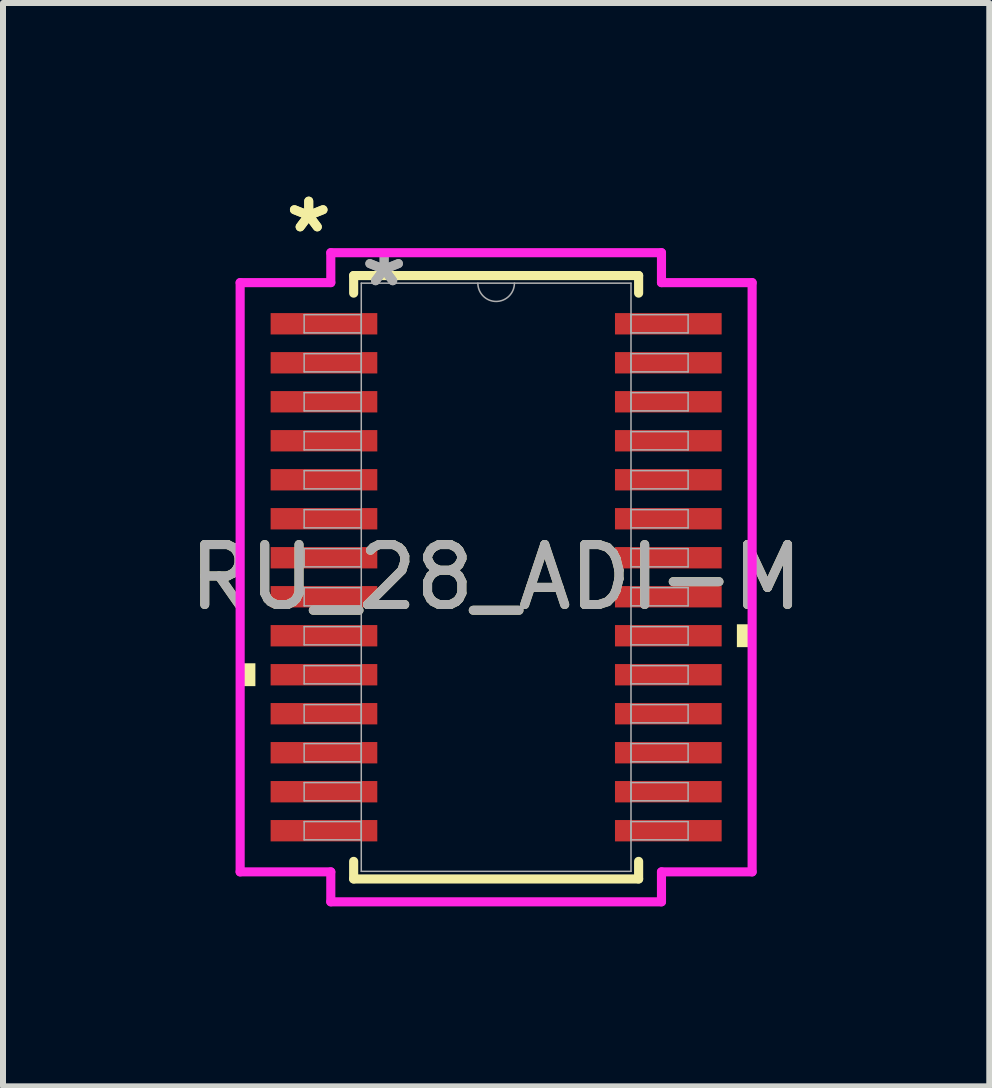
<source format=kicad_pcb>
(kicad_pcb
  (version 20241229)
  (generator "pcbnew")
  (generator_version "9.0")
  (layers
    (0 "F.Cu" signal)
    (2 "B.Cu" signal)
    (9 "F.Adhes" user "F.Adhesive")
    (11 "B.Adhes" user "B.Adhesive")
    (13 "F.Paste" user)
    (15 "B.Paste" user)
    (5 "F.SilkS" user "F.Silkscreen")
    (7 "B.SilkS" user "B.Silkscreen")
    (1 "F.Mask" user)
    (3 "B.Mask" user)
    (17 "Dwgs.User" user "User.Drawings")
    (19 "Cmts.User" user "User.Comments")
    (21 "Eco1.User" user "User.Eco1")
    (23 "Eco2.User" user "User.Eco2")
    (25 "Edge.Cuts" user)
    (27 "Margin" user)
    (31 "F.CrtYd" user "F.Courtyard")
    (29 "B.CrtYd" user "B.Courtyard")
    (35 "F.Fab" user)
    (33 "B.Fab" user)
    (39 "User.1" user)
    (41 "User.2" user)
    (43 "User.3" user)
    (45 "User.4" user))
  (footprint "RU_28_ADI-M"
    (layer "F.Cu")
    (at 5.22 6.572)
    (property "Reference" "RU_28_ADI-M" (at 0 0 0) (unlocked yes) (layer "F.SilkS") (effects (font (size 1 1) (thickness 0.15))))
    (attr smd)
    (fp_line (start -2.375 -5.029) (end -2.375 -4.736) (stroke (width 0.152) (type solid)) (layer "F.SilkS"))
    (fp_line (start -2.375 4.736) (end -2.375 5.029) (stroke (width 0.152) (type solid)) (layer "F.SilkS"))
    (fp_line (start -2.375 5.029) (end 2.375 5.029) (stroke (width 0.152) (type solid)) (layer "F.SilkS"))
    (fp_line (start 2.375 -5.029) (end -2.375 -5.029) (stroke (width 0.152) (type solid)) (layer "F.SilkS"))
    (fp_line (start 2.375 -4.736) (end 2.375 -5.029) (stroke (width 0.152) (type solid)) (layer "F.SilkS"))
    (fp_line (start 2.375 5.029) (end 2.375 4.736) (stroke (width 0.152) (type solid)) (layer "F.SilkS"))
    (fp_poly (pts (xy -4.267 1.434) (xy -4.267 1.815) (xy -4.013 1.815) (xy -4.013 1.434)) (stroke (width 0) (type solid)) (fill yes) (layer "F.SilkS"))
    (fp_poly (pts (xy 4.267 0.784) (xy 4.267 1.165) (xy 4.013 1.165) (xy 4.013 0.784)) (stroke (width 0) (type solid)) (fill yes) (layer "F.SilkS"))
    (fp_line (start -4.267 -4.911) (end -2.756 -4.911) (stroke (width 0.152) (type solid)) (layer "F.CrtYd"))
    (fp_line (start -4.267 4.911) (end -4.267 -4.911) (stroke (width 0.152) (type solid)) (layer "F.CrtYd"))
    (fp_line (start -4.267 4.911) (end -2.756 4.911) (stroke (width 0.152) (type solid)) (layer "F.CrtYd"))
    (fp_line (start -2.756 -5.41) (end 2.756 -5.41) (stroke (width 0.152) (type solid)) (layer "F.CrtYd"))
    (fp_line (start -2.756 -4.911) (end -2.756 -5.41) (stroke (width 0.152) (type solid)) (layer "F.CrtYd"))
    (fp_line (start -2.756 5.41) (end -2.756 4.911) (stroke (width 0.152) (type solid)) (layer "F.CrtYd"))
    (fp_line (start 2.756 -5.41) (end 2.756 -4.911) (stroke (width 0.152) (type solid)) (layer "F.CrtYd"))
    (fp_line (start 2.756 4.911) (end 2.756 5.41) (stroke (width 0.152) (type solid)) (layer "F.CrtYd"))
    (fp_line (start 2.756 5.41) (end -2.756 5.41) (stroke (width 0.152) (type solid)) (layer "F.CrtYd"))
    (fp_line (start 4.267 -4.911) (end 2.756 -4.911) (stroke (width 0.152) (type solid)) (layer "F.CrtYd"))
    (fp_line (start 4.267 -4.911) (end 4.267 4.911) (stroke (width 0.152) (type solid)) (layer "F.CrtYd"))
    (fp_line (start 4.267 4.911) (end 2.756 4.911) (stroke (width 0.152) (type solid)) (layer "F.CrtYd"))
    (fp_line (start -3.2 -4.377) (end -3.2 -4.073) (stroke (width 0.025) (type solid)) (layer "F.Fab"))
    (fp_line (start -3.2 -4.073) (end -2.248 -4.073) (stroke (width 0.025) (type solid)) (layer "F.Fab"))
    (fp_line (start -3.2 -3.727) (end -3.2 -3.423) (stroke (width 0.025) (type solid)) (layer "F.Fab"))
    (fp_line (start -3.2 -3.423) (end -2.248 -3.423) (stroke (width 0.025) (type solid)) (layer "F.Fab"))
    (fp_line (start -3.2 -3.077) (end -3.2 -2.773) (stroke (width 0.025) (type solid)) (layer "F.Fab"))
    (fp_line (start -3.2 -2.773) (end -2.248 -2.773) (stroke (width 0.025) (type solid)) (layer "F.Fab"))
    (fp_line (start -3.2 -2.427) (end -3.2 -2.123) (stroke (width 0.025) (type solid)) (layer "F.Fab"))
    (fp_line (start -3.2 -2.123) (end -2.248 -2.123) (stroke (width 0.025) (type solid)) (layer "F.Fab"))
    (fp_line (start -3.2 -1.777) (end -3.2 -1.473) (stroke (width 0.025) (type solid)) (layer "F.Fab"))
    (fp_line (start -3.2 -1.473) (end -2.248 -1.473) (stroke (width 0.025) (type solid)) (layer "F.Fab"))
    (fp_line (start -3.2 -1.127) (end -3.2 -0.823) (stroke (width 0.025) (type solid)) (layer "F.Fab"))
    (fp_line (start -3.2 -0.823) (end -2.248 -0.823) (stroke (width 0.025) (type solid)) (layer "F.Fab"))
    (fp_line (start -3.2 -0.477) (end -3.2 -0.173) (stroke (width 0.025) (type solid)) (layer "F.Fab"))
    (fp_line (start -3.2 -0.173) (end -2.248 -0.173) (stroke (width 0.025) (type solid)) (layer "F.Fab"))
    (fp_line (start -3.2 0.173) (end -3.2 0.477) (stroke (width 0.025) (type solid)) (layer "F.Fab"))
    (fp_line (start -3.2 0.477) (end -2.248 0.477) (stroke (width 0.025) (type solid)) (layer "F.Fab"))
    (fp_line (start -3.2 0.823) (end -3.2 1.127) (stroke (width 0.025) (type solid)) (layer "F.Fab"))
    (fp_line (start -3.2 1.127) (end -2.248 1.127) (stroke (width 0.025) (type solid)) (layer "F.Fab"))
    (fp_line (start -3.2 1.473) (end -3.2 1.777) (stroke (width 0.025) (type solid)) (layer "F.Fab"))
    (fp_line (start -3.2 1.777) (end -2.248 1.777) (stroke (width 0.025) (type solid)) (layer "F.Fab"))
    (fp_line (start -3.2 2.123) (end -3.2 2.427) (stroke (width 0.025) (type solid)) (layer "F.Fab"))
    (fp_line (start -3.2 2.427) (end -2.248 2.427) (stroke (width 0.025) (type solid)) (layer "F.Fab"))
    (fp_line (start -3.2 2.773) (end -3.2 3.077) (stroke (width 0.025) (type solid)) (layer "F.Fab"))
    (fp_line (start -3.2 3.077) (end -2.248 3.077) (stroke (width 0.025) (type solid)) (layer "F.Fab"))
    (fp_line (start -3.2 3.423) (end -3.2 3.727) (stroke (width 0.025) (type solid)) (layer "F.Fab"))
    (fp_line (start -3.2 3.727) (end -2.248 3.727) (stroke (width 0.025) (type solid)) (layer "F.Fab"))
    (fp_line (start -3.2 4.073) (end -3.2 4.377) (stroke (width 0.025) (type solid)) (layer "F.Fab"))
    (fp_line (start -3.2 4.377) (end -2.248 4.377) (stroke (width 0.025) (type solid)) (layer "F.Fab"))
    (fp_line (start -2.248 -4.902) (end -2.248 4.902) (stroke (width 0.025) (type solid)) (layer "F.Fab"))
    (fp_line (start -2.248 -4.377) (end -3.2 -4.377) (stroke (width 0.025) (type solid)) (layer "F.Fab"))
    (fp_line (start -2.248 -4.073) (end -2.248 -4.377) (stroke (width 0.025) (type solid)) (layer "F.Fab"))
    (fp_line (start -2.248 -3.727) (end -3.2 -3.727) (stroke (width 0.025) (type solid)) (layer "F.Fab"))
    (fp_line (start -2.248 -3.423) (end -2.248 -3.727) (stroke (width 0.025) (type solid)) (layer "F.Fab"))
    (fp_line (start -2.248 -3.077) (end -3.2 -3.077) (stroke (width 0.025) (type solid)) (layer "F.Fab"))
    (fp_line (start -2.248 -2.773) (end -2.248 -3.077) (stroke (width 0.025) (type solid)) (layer "F.Fab"))
    (fp_line (start -2.248 -2.427) (end -3.2 -2.427) (stroke (width 0.025) (type solid)) (layer "F.Fab"))
    (fp_line (start -2.248 -2.123) (end -2.248 -2.427) (stroke (width 0.025) (type solid)) (layer "F.Fab"))
    (fp_line (start -2.248 -1.777) (end -3.2 -1.777) (stroke (width 0.025) (type solid)) (layer "F.Fab"))
    (fp_line (start -2.248 -1.473) (end -2.248 -1.777) (stroke (width 0.025) (type solid)) (layer "F.Fab"))
    (fp_line (start -2.248 -1.127) (end -3.2 -1.127) (stroke (width 0.025) (type solid)) (layer "F.Fab"))
    (fp_line (start -2.248 -0.823) (end -2.248 -1.127) (stroke (width 0.025) (type solid)) (layer "F.Fab"))
    (fp_line (start -2.248 -0.477) (end -3.2 -0.477) (stroke (width 0.025) (type solid)) (layer "F.Fab"))
    (fp_line (start -2.248 -0.173) (end -2.248 -0.477) (stroke (width 0.025) (type solid)) (layer "F.Fab"))
    (fp_line (start -2.248 0.173) (end -3.2 0.173) (stroke (width 0.025) (type solid)) (layer "F.Fab"))
    (fp_line (start -2.248 0.477) (end -2.248 0.173) (stroke (width 0.025) (type solid)) (layer "F.Fab"))
    (fp_line (start -2.248 0.823) (end -3.2 0.823) (stroke (width 0.025) (type solid)) (layer "F.Fab"))
    (fp_line (start -2.248 1.127) (end -2.248 0.823) (stroke (width 0.025) (type solid)) (layer "F.Fab"))
    (fp_line (start -2.248 1.473) (end -3.2 1.473) (stroke (width 0.025) (type solid)) (layer "F.Fab"))
    (fp_line (start -2.248 1.777) (end -2.248 1.473) (stroke (width 0.025) (type solid)) (layer "F.Fab"))
    (fp_line (start -2.248 2.123) (end -3.2 2.123) (stroke (width 0.025) (type solid)) (layer "F.Fab"))
    (fp_line (start -2.248 2.427) (end -2.248 2.123) (stroke (width 0.025) (type solid)) (layer "F.Fab"))
    (fp_line (start -2.248 2.773) (end -3.2 2.773) (stroke (width 0.025) (type solid)) (layer "F.Fab"))
    (fp_line (start -2.248 3.077) (end -2.248 2.773) (stroke (width 0.025) (type solid)) (layer "F.Fab"))
    (fp_line (start -2.248 3.423) (end -3.2 3.423) (stroke (width 0.025) (type solid)) (layer "F.Fab"))
    (fp_line (start -2.248 3.727) (end -2.248 3.423) (stroke (width 0.025) (type solid)) (layer "F.Fab"))
    (fp_line (start -2.248 4.073) (end -3.2 4.073) (stroke (width 0.025) (type solid)) (layer "F.Fab"))
    (fp_line (start -2.248 4.377) (end -2.248 4.073) (stroke (width 0.025) (type solid)) (layer "F.Fab"))
    (fp_line (start -2.248 4.902) (end 2.248 4.902) (stroke (width 0.025) (type solid)) (layer "F.Fab"))
    (fp_line (start 2.248 -4.902) (end -2.248 -4.902) (stroke (width 0.025) (type solid)) (layer "F.Fab"))
    (fp_line (start 2.248 -4.377) (end 2.248 -4.073) (stroke (width 0.025) (type solid)) (layer "F.Fab"))
    (fp_line (start 2.248 -4.073) (end 3.2 -4.073) (stroke (width 0.025) (type solid)) (layer "F.Fab"))
    (fp_line (start 2.248 -3.727) (end 2.248 -3.423) (stroke (width 0.025) (type solid)) (layer "F.Fab"))
    (fp_line (start 2.248 -3.423) (end 3.2 -3.423) (stroke (width 0.025) (type solid)) (layer "F.Fab"))
    (fp_line (start 2.248 -3.077) (end 2.248 -2.773) (stroke (width 0.025) (type solid)) (layer "F.Fab"))
    (fp_line (start 2.248 -2.773) (end 3.2 -2.773) (stroke (width 0.025) (type solid)) (layer "F.Fab"))
    (fp_line (start 2.248 -2.427) (end 2.248 -2.123) (stroke (width 0.025) (type solid)) (layer "F.Fab"))
    (fp_line (start 2.248 -2.123) (end 3.2 -2.123) (stroke (width 0.025) (type solid)) (layer "F.Fab"))
    (fp_line (start 2.248 -1.777) (end 2.248 -1.473) (stroke (width 0.025) (type solid)) (layer "F.Fab"))
    (fp_line (start 2.248 -1.473) (end 3.2 -1.473) (stroke (width 0.025) (type solid)) (layer "F.Fab"))
    (fp_line (start 2.248 -1.127) (end 2.248 -0.823) (stroke (width 0.025) (type solid)) (layer "F.Fab"))
    (fp_line (start 2.248 -0.823) (end 3.2 -0.823) (stroke (width 0.025) (type solid)) (layer "F.Fab"))
    (fp_line (start 2.248 -0.477) (end 2.248 -0.173) (stroke (width 0.025) (type solid)) (layer "F.Fab"))
    (fp_line (start 2.248 -0.173) (end 3.2 -0.173) (stroke (width 0.025) (type solid)) (layer "F.Fab"))
    (fp_line (start 2.248 0.173) (end 2.248 0.477) (stroke (width 0.025) (type solid)) (layer "F.Fab"))
    (fp_line (start 2.248 0.477) (end 3.2 0.477) (stroke (width 0.025) (type solid)) (layer "F.Fab"))
    (fp_line (start 2.248 0.823) (end 2.248 1.127) (stroke (width 0.025) (type solid)) (layer "F.Fab"))
    (fp_line (start 2.248 1.127) (end 3.2 1.127) (stroke (width 0.025) (type solid)) (layer "F.Fab"))
    (fp_line (start 2.248 1.473) (end 2.248 1.777) (stroke (width 0.025) (type solid)) (layer "F.Fab"))
    (fp_line (start 2.248 1.777) (end 3.2 1.777) (stroke (width 0.025) (type solid)) (layer "F.Fab"))
    (fp_line (start 2.248 2.123) (end 2.248 2.427) (stroke (width 0.025) (type solid)) (layer "F.Fab"))
    (fp_line (start 2.248 2.427) (end 3.2 2.427) (stroke (width 0.025) (type solid)) (layer "F.Fab"))
    (fp_line (start 2.248 2.773) (end 2.248 3.077) (stroke (width 0.025) (type solid)) (layer "F.Fab"))
    (fp_line (start 2.248 3.077) (end 3.2 3.077) (stroke (width 0.025) (type solid)) (layer "F.Fab"))
    (fp_line (start 2.248 3.423) (end 2.248 3.727) (stroke (width 0.025) (type solid)) (layer "F.Fab"))
    (fp_line (start 2.248 3.727) (end 3.2 3.727) (stroke (width 0.025) (type solid)) (layer "F.Fab"))
    (fp_line (start 2.248 4.073) (end 2.248 4.377) (stroke (width 0.025) (type solid)) (layer "F.Fab"))
    (fp_line (start 2.248 4.377) (end 3.2 4.377) (stroke (width 0.025) (type solid)) (layer "F.Fab"))
    (fp_line (start 2.248 4.902) (end 2.248 -4.902) (stroke (width 0.025) (type solid)) (layer "F.Fab"))
    (fp_line (start 3.2 -4.377) (end 2.248 -4.377) (stroke (width 0.025) (type solid)) (layer "F.Fab"))
    (fp_line (start 3.2 -4.073) (end 3.2 -4.377) (stroke (width 0.025) (type solid)) (layer "F.Fab"))
    (fp_line (start 3.2 -3.727) (end 2.248 -3.727) (stroke (width 0.025) (type solid)) (layer "F.Fab"))
    (fp_line (start 3.2 -3.423) (end 3.2 -3.727) (stroke (width 0.025) (type solid)) (layer "F.Fab"))
    (fp_line (start 3.2 -3.077) (end 2.248 -3.077) (stroke (width 0.025) (type solid)) (layer "F.Fab"))
    (fp_line (start 3.2 -2.773) (end 3.2 -3.077) (stroke (width 0.025) (type solid)) (layer "F.Fab"))
    (fp_line (start 3.2 -2.427) (end 2.248 -2.427) (stroke (width 0.025) (type solid)) (layer "F.Fab"))
    (fp_line (start 3.2 -2.123) (end 3.2 -2.427) (stroke (width 0.025) (type solid)) (layer "F.Fab"))
    (fp_line (start 3.2 -1.777) (end 2.248 -1.777) (stroke (width 0.025) (type solid)) (layer "F.Fab"))
    (fp_line (start 3.2 -1.473) (end 3.2 -1.777) (stroke (width 0.025) (type solid)) (layer "F.Fab"))
    (fp_line (start 3.2 -1.127) (end 2.248 -1.127) (stroke (width 0.025) (type solid)) (layer "F.Fab"))
    (fp_line (start 3.2 -0.823) (end 3.2 -1.127) (stroke (width 0.025) (type solid)) (layer "F.Fab"))
    (fp_line (start 3.2 -0.477) (end 2.248 -0.477) (stroke (width 0.025) (type solid)) (layer "F.Fab"))
    (fp_line (start 3.2 -0.173) (end 3.2 -0.477) (stroke (width 0.025) (type solid)) (layer "F.Fab"))
    (fp_line (start 3.2 0.173) (end 2.248 0.173) (stroke (width 0.025) (type solid)) (layer "F.Fab"))
    (fp_line (start 3.2 0.477) (end 3.2 0.173) (stroke (width 0.025) (type solid)) (layer "F.Fab"))
    (fp_line (start 3.2 0.823) (end 2.248 0.823) (stroke (width 0.025) (type solid)) (layer "F.Fab"))
    (fp_line (start 3.2 1.127) (end 3.2 0.823) (stroke (width 0.025) (type solid)) (layer "F.Fab"))
    (fp_line (start 3.2 1.473) (end 2.248 1.473) (stroke (width 0.025) (type solid)) (layer "F.Fab"))
    (fp_line (start 3.2 1.777) (end 3.2 1.473) (stroke (width 0.025) (type solid)) (layer "F.Fab"))
    (fp_line (start 3.2 2.123) (end 2.248 2.123) (stroke (width 0.025) (type solid)) (layer "F.Fab"))
    (fp_line (start 3.2 2.427) (end 3.2 2.123) (stroke (width 0.025) (type solid)) (layer "F.Fab"))
    (fp_line (start 3.2 2.773) (end 2.248 2.773) (stroke (width 0.025) (type solid)) (layer "F.Fab"))
    (fp_line (start 3.2 3.077) (end 3.2 2.773) (stroke (width 0.025) (type solid)) (layer "F.Fab"))
    (fp_line (start 3.2 3.423) (end 2.248 3.423) (stroke (width 0.025) (type solid)) (layer "F.Fab"))
    (fp_line (start 3.2 3.727) (end 3.2 3.423) (stroke (width 0.025) (type solid)) (layer "F.Fab"))
    (fp_line (start 3.2 4.073) (end 2.248 4.073) (stroke (width 0.025) (type solid)) (layer "F.Fab"))
    (fp_line (start 3.2 4.377) (end 3.2 4.073) (stroke (width 0.025) (type solid)) (layer "F.Fab"))
    (fp_arc (start 0.3048 -4.9022) (mid 0 -4.5974) (end -0.3048 -4.9022) (stroke (width 0.0254) (type solid)) (layer "F.Fab"))
    (fp_text user "*" (at -3.124 -5.724 0) (unlocked yes) (layer "F.SilkS") (effects (font (size 1 1) (thickness 0.15))))
    (fp_text user "*" (at -3.124 -5.724 0) (layer "F.SilkS") (effects (font (size 1 1) (thickness 0.15))))
    (fp_text user "*" (at -1.867 -4.826 0) (unlocked yes) (layer "F.Fab") (effects (font (size 1 1) (thickness 0.15))))
    (fp_text user "${REFERENCE}" (at 0 0 0) (unlocked yes) (layer "F.Fab") (effects (font (size 1 1) (thickness 0.15))))
    (fp_text user "*" (at -1.867 -4.826 0) (layer "F.Fab") (effects (font (size 1 1) (thickness 0.15))))
    (pad "1" smd rect (at -2.87 -4.225) (size 1.778 0.356) (layers "F.Cu" "F.Mask" "F.Paste"))
    (pad "2" smd rect (at -2.87 -3.575) (size 1.778 0.356) (layers "F.Cu" "F.Mask" "F.Paste"))
    (pad "3" smd rect (at -2.87 -2.925) (size 1.778 0.356) (layers "F.Cu" "F.Mask" "F.Paste"))
    (pad "4" smd rect (at -2.87 -2.275) (size 1.778 0.356) (layers "F.Cu" "F.Mask" "F.Paste"))
    (pad "5" smd rect (at -2.87 -1.625) (size 1.778 0.356) (layers "F.Cu" "F.Mask" "F.Paste"))
    (pad "6" smd rect (at -2.87 -0.975) (size 1.778 0.356) (layers "F.Cu" "F.Mask" "F.Paste"))
    (pad "7" smd rect (at -2.87 -0.325) (size 1.778 0.356) (layers "F.Cu" "F.Mask" "F.Paste"))
    (pad "8" smd rect (at -2.87 0.325) (size 1.778 0.356) (layers "F.Cu" "F.Mask" "F.Paste"))
    (pad "9" smd rect (at -2.87 0.975) (size 1.778 0.356) (layers "F.Cu" "F.Mask" "F.Paste"))
    (pad "10" smd rect (at -2.87 1.625) (size 1.778 0.356) (layers "F.Cu" "F.Mask" "F.Paste"))
    (pad "11" smd rect (at -2.87 2.275) (size 1.778 0.356) (layers "F.Cu" "F.Mask" "F.Paste"))
    (pad "12" smd rect (at -2.87 2.925) (size 1.778 0.356) (layers "F.Cu" "F.Mask" "F.Paste"))
    (pad "13" smd rect (at -2.87 3.575) (size 1.778 0.356) (layers "F.Cu" "F.Mask" "F.Paste"))
    (pad "14" smd rect (at -2.87 4.225) (size 1.778 0.356) (layers "F.Cu" "F.Mask" "F.Paste"))
    (pad "15" smd rect (at 2.87 4.225) (size 1.778 0.356) (layers "F.Cu" "F.Mask" "F.Paste"))
    (pad "16" smd rect (at 2.87 3.575) (size 1.778 0.356) (layers "F.Cu" "F.Mask" "F.Paste"))
    (pad "17" smd rect (at 2.87 2.925) (size 1.778 0.356) (layers "F.Cu" "F.Mask" "F.Paste"))
    (pad "18" smd rect (at 2.87 2.275) (size 1.778 0.356) (layers "F.Cu" "F.Mask" "F.Paste"))
    (pad "19" smd rect (at 2.87 1.625) (size 1.778 0.356) (layers "F.Cu" "F.Mask" "F.Paste"))
    (pad "20" smd rect (at 2.87 0.975) (size 1.778 0.356) (layers "F.Cu" "F.Mask" "F.Paste"))
    (pad "21" smd rect (at 2.87 0.325) (size 1.778 0.356) (layers "F.Cu" "F.Mask" "F.Paste"))
    (pad "22" smd rect (at 2.87 -0.325) (size 1.778 0.356) (layers "F.Cu" "F.Mask" "F.Paste"))
    (pad "23" smd rect (at 2.87 -0.975) (size 1.778 0.356) (layers "F.Cu" "F.Mask" "F.Paste"))
    (pad "24" smd rect (at 2.87 -1.625) (size 1.778 0.356) (layers "F.Cu" "F.Mask" "F.Paste"))
    (pad "25" smd rect (at 2.87 -2.275) (size 1.778 0.356) (layers "F.Cu" "F.Mask" "F.Paste"))
    (pad "26" smd rect (at 2.87 -2.925) (size 1.778 0.356) (layers "F.Cu" "F.Mask" "F.Paste"))
    (pad "27" smd rect (at 2.87 -3.575) (size 1.778 0.356) (layers "F.Cu" "F.Mask" "F.Paste"))
    (pad "28" smd rect (at 2.87 -4.225) (size 1.778 0.356) (layers "F.Cu" "F.Mask" "F.Paste")))
  (gr_rect
    (start -3 -3)
    (end 13.44 15.058)
    (stroke (width 0.1) (type default))
    (fill no)
    (layer "Edge.Cuts")))
</source>
